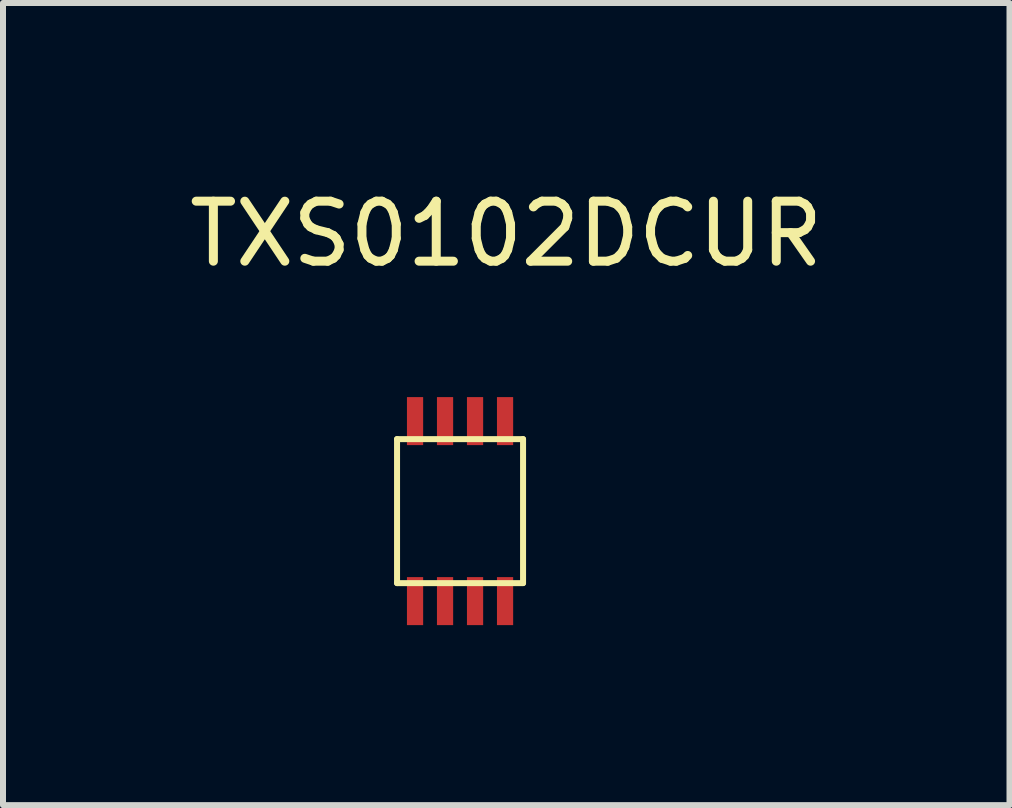
<source format=kicad_pcb>
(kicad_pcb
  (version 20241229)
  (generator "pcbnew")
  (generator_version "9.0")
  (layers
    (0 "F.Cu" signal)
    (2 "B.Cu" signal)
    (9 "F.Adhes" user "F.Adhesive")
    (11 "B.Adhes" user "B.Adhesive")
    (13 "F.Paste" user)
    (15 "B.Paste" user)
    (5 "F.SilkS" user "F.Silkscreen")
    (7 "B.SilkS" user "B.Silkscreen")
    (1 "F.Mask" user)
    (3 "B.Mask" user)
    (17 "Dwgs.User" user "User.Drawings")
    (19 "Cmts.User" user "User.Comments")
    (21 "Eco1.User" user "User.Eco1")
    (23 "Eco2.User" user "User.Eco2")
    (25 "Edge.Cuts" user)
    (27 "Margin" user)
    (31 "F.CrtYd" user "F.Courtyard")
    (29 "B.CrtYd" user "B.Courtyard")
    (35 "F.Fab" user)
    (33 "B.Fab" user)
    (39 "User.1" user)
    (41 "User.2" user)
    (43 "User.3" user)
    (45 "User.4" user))
  (footprint "TXS0102DCUR"
    (layer "F.Cu")
    (at 4.617 5.468)
    (property "Reference" "TXS0102DCUR" (at 0.77 -4.62 0) (layer "F.SilkS") (effects (font (size 1 1) (thickness 0.15))))
    (attr through_hole)
    (fp_line (start -1.05 -1.2) (end 1.05 -1.2) (stroke (width 0.1) (type solid)) (layer "F.SilkS"))
    (fp_line (start -1.05 1.2) (end -1.05 -1.2) (stroke (width 0.1) (type solid)) (layer "F.SilkS"))
    (fp_line (start 1.05 -1.2) (end 1.05 1.2) (stroke (width 0.1) (type solid)) (layer "F.SilkS"))
    (fp_line (start 1.05 1.2) (end -1.05 1.2) (stroke (width 0.1) (type solid)) (layer "F.SilkS"))
    (pad "1" smd rect (at -0.75 1.5) (size 0.27 0.8) (layers "F.Cu" "F.Mask" "F.Paste"))
    (pad "2" smd rect (at -0.25 1.5) (size 0.27 0.8) (layers "F.Cu" "F.Mask" "F.Paste"))
    (pad "3" smd rect (at 0.25 1.5) (size 0.27 0.8) (layers "F.Cu" "F.Mask" "F.Paste"))
    (pad "4" smd rect (at 0.75 1.5) (size 0.27 0.8) (layers "F.Cu" "F.Mask" "F.Paste"))
    (pad "5" smd rect (at 0.75 -1.5) (size 0.27 0.8) (layers "F.Cu" "F.Mask" "F.Paste"))
    (pad "6" smd rect (at 0.25 -1.5) (size 0.27 0.8) (layers "F.Cu" "F.Mask" "F.Paste"))
    (pad "7" smd rect (at -0.25 -1.5) (size 0.27 0.8) (layers "F.Cu" "F.Mask" "F.Paste"))
    (pad "8" smd rect (at -0.75 -1.5) (size 0.27 0.8) (layers "F.Cu" "F.Mask" "F.Paste")))
  (gr_rect
    (start -3 -3)
    (end 13.774 10.368)
    (stroke (width 0.1) (type default))
    (fill no)
    (layer "Edge.Cuts")))
</source>
